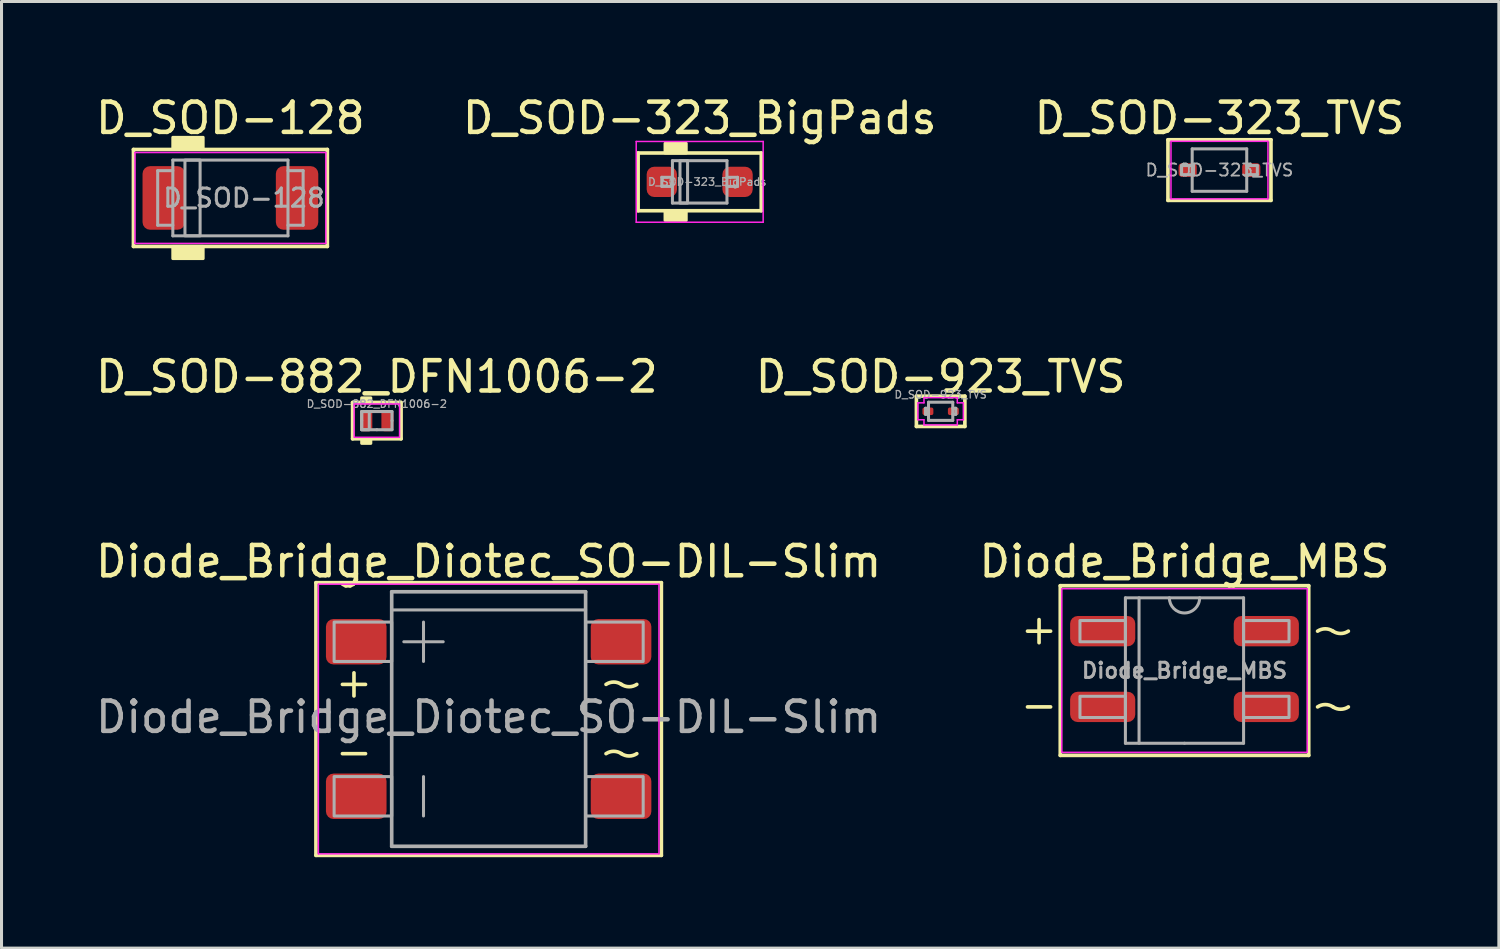
<source format=kicad_pcb>
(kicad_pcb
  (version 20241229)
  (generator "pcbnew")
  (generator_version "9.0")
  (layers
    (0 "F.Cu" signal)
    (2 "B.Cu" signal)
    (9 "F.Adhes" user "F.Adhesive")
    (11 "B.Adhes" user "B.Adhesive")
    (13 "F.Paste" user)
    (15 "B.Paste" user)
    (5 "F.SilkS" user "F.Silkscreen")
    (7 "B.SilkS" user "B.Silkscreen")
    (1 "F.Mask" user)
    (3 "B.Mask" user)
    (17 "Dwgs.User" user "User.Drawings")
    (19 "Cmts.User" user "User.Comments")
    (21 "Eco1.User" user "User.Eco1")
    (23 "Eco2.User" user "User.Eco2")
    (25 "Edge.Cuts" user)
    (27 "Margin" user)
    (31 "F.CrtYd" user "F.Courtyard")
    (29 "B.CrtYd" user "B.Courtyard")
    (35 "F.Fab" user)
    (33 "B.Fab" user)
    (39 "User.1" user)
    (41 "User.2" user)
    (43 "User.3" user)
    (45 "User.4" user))
  (footprint "D_SOD-128"
    (layer "F.Cu")
    (at 4.554 3.483)
    (property "Reference" "D_SOD-128" (at 0 -2.635 0) (layer "F.SilkS") (effects (font (size 1 1) (thickness 0.15))))
    (attr smd)
    (fp_line (start -3.2 -1.6) (end -3.2 1.6) (stroke (width 0.12) (type solid)) (layer "F.SilkS"))
    (fp_line (start -3.2 1.6) (end 3.2 1.6) (stroke (width 0.12) (type solid)) (layer "F.SilkS"))
    (fp_line (start 3.2 -1.6) (end -3.2 -1.6) (stroke (width 0.12) (type solid)) (layer "F.SilkS"))
    (fp_line (start 3.2 1.6) (end 3.2 -1.6) (stroke (width 0.12) (type solid)) (layer "F.SilkS"))
    (fp_poly (pts (xy -0.9 -1.6) (xy -1.9 -1.6) (xy -1.9 -2) (xy -0.9 -2)) (stroke (width 0.1) (type solid)) (fill yes) (layer "F.SilkS"))
    (fp_poly (pts (xy -0.9 2) (xy -1.9 2) (xy -1.9 1.6) (xy -0.9 1.6)) (stroke (width 0.1) (type solid)) (fill yes) (layer "F.SilkS"))
    (fp_line (start -3.15 -1.5) (end -3.15 1.5) (stroke (width 0.05) (type solid)) (layer "F.CrtYd"))
    (fp_line (start -3.15 -1.5) (end 3.15 -1.5) (stroke (width 0.05) (type solid)) (layer "F.CrtYd"))
    (fp_line (start 3.15 -1.5) (end 3.15 1.5) (stroke (width 0.05) (type solid)) (layer "F.CrtYd"))
    (fp_line (start 3.15 1.5) (end -3.15 1.5) (stroke (width 0.05) (type solid)) (layer "F.CrtYd"))
    (fp_line (start -2.4 -0.9) (end -2.4 0.9) (stroke (width 0.1) (type solid)) (layer "F.Fab"))
    (fp_line (start -2.4 -0.9) (end -1.9 -0.9) (stroke (width 0.1) (type solid)) (layer "F.Fab"))
    (fp_line (start -2.4 0.9) (end -1.9 0.9) (stroke (width 0.1) (type solid)) (layer "F.Fab"))
    (fp_line (start -1.9 -1.25) (end 1.9 -1.25) (stroke (width 0.1) (type solid)) (layer "F.Fab"))
    (fp_line (start -1.9 1.25) (end -1.9 -1.25) (stroke (width 0.1) (type solid)) (layer "F.Fab"))
    (fp_line (start 1.9 -1.25) (end 1.9 1.25) (stroke (width 0.1) (type solid)) (layer "F.Fab"))
    (fp_line (start 1.9 1.25) (end -1.9 1.25) (stroke (width 0.1) (type solid)) (layer "F.Fab"))
    (fp_line (start 2.4 -0.9) (end 1.9 -0.9) (stroke (width 0.1) (type solid)) (layer "F.Fab"))
    (fp_line (start 2.4 0.9) (end 1.9 0.9) (stroke (width 0.1) (type solid)) (layer "F.Fab"))
    (fp_line (start 2.4 0.9) (end 2.4 -0.9) (stroke (width 0.1) (type solid)) (layer "F.Fab"))
    (fp_rect (start -1.5 -1.25) (end -1 1.25) (stroke (width 0.1) (type solid)) (fill no) (layer "F.Fab"))
    (fp_text user "${REFERENCE}" (at 0.45 0 0) (layer "F.Fab") (effects (font (size 0.6 0.6) (thickness 0.1))))
    (pad "1" smd roundrect (at -2.2 0) (size 1.4 2.1) (layers "F.Cu" "F.Mask" "F.Paste") (roundrect_rratio 0.179))
    (pad "2" smd roundrect (at 2.2 0) (size 1.4 2.1) (layers "F.Cu" "F.Mask" "F.Paste") (roundrect_rratio 0.179)))
  (footprint "Diode_Bridge_Diotec_SO-DIL-Slim"
    (layer "F.Cu")
    (at 13.077 20.68)
    (property "Reference" "Diode_Bridge_Diotec_SO-DIL-Slim" (at 0 -5.2 0) (layer "F.SilkS") (effects (font (size 1 1) (thickness 0.15))))
    (attr smd)
    (fp_line (start -5.7 -4.5) (end -5.7 4.5) (stroke (width 0.12) (type solid)) (layer "F.SilkS"))
    (fp_line (start -5.7 4.5) (end 5.7 4.5) (stroke (width 0.12) (type solid)) (layer "F.SilkS"))
    (fp_line (start -4.826 -1.143) (end -4.064 -1.143) (stroke (width 0.12) (type solid)) (layer "F.SilkS"))
    (fp_line (start -4.826 1.143) (end -4.064 1.143) (stroke (width 0.12) (type solid)) (layer "F.SilkS"))
    (fp_line (start -4.445 -1.524) (end -4.445 -0.762) (stroke (width 0.12) (type solid)) (layer "F.SilkS"))
    (fp_line (start 5.7 -4.5) (end -5.7 -4.5) (stroke (width 0.12) (type solid)) (layer "F.SilkS"))
    (fp_line (start 5.7 4.5) (end 5.7 -4.5) (stroke (width 0.12) (type solid)) (layer "F.SilkS"))
    (fp_arc (start 3.873501 -1.142999) (mid 4.1275 -1.219904) (end 4.381499 -1.142999) (stroke (width 0.12) (type solid)) (layer "F.SilkS"))
    (fp_arc (start 3.873501 1.143001) (mid 4.1275 1.066096) (end 4.381499 1.143001) (stroke (width 0.12) (type solid)) (layer "F.SilkS"))
    (fp_arc (start 4.8895 -1.143) (mid 4.635501 -1.066095) (end 4.381502 -1.143) (stroke (width 0.12) (type solid)) (layer "F.SilkS"))
    (fp_arc (start 4.8895 1.143) (mid 4.635501 1.219905) (end 4.381502 1.143) (stroke (width 0.12) (type solid)) (layer "F.SilkS"))
    (fp_line (start -5.62 -4.45) (end -5.62 4.45) (stroke (width 0.05) (type solid)) (layer "F.CrtYd"))
    (fp_line (start -5.62 -4.45) (end 5.62 -4.45) (stroke (width 0.05) (type solid)) (layer "F.CrtYd"))
    (fp_line (start 5.62 4.45) (end -5.62 4.45) (stroke (width 0.05) (type solid)) (layer "F.CrtYd"))
    (fp_line (start 5.62 4.45) (end 5.62 -4.45) (stroke (width 0.05) (type solid)) (layer "F.CrtYd"))
    (fp_line (start -3.2 -4.2) (end 3.2 -4.2) (stroke (width 0.12) (type solid)) (layer "F.Fab"))
    (fp_line (start -3.2 -3.6) (end 3.2 -3.6) (stroke (width 0.1) (type solid)) (layer "F.Fab"))
    (fp_line (start -3.2 4.2) (end -3.2 -4.2) (stroke (width 0.12) (type solid)) (layer "F.Fab"))
    (fp_line (start -2.8 -2.55) (end -1.5 -2.55) (stroke (width 0.1) (type solid)) (layer "F.Fab"))
    (fp_line (start -2.15 -3.2) (end -2.15 -1.9) (stroke (width 0.1) (type solid)) (layer "F.Fab"))
    (fp_line (start -2.15 1.9) (end -2.15 3.2) (stroke (width 0.1) (type solid)) (layer "F.Fab"))
    (fp_line (start 3.2 -4.2) (end 3.2 4.2) (stroke (width 0.12) (type solid)) (layer "F.Fab"))
    (fp_line (start 3.2 4.2) (end -3.2 4.2) (stroke (width 0.12) (type solid)) (layer "F.Fab"))
    (fp_rect (start -5.1 -3.2) (end -3.2 -1.9) (stroke (width 0.1) (type solid)) (fill no) (layer "F.Fab"))
    (fp_rect (start -5.1 1.9) (end -3.2 3.2) (stroke (width 0.1) (type solid)) (fill no) (layer "F.Fab"))
    (fp_rect (start 3.2 -3.2) (end 5.1 -1.9) (stroke (width 0.1) (type solid)) (fill no) (layer "F.Fab"))
    (fp_rect (start 3.2 1.9) (end 5.1 3.2) (stroke (width 0.1) (type solid)) (fill no) (layer "F.Fab"))
    (fp_text user "${REFERENCE}" (at 0 -0.065 0) (layer "F.Fab") (effects (font (size 1 1) (thickness 0.15))))
    (pad "1" smd roundrect (at -4.37 -2.55) (size 2 1.5) (layers "F.Cu" "F.Mask" "F.Paste") (roundrect_rratio 0.167))
    (pad "2" smd roundrect (at -4.37 2.55) (size 2 1.5) (layers "F.Cu" "F.Mask" "F.Paste") (roundrect_rratio 0.167))
    (pad "3" smd roundrect (at 4.37 2.55) (size 2 1.5) (layers "F.Cu" "F.Mask" "F.Paste") (roundrect_rratio 0.167))
    (pad "4" smd roundrect (at 4.37 -2.55) (size 2 1.5) (layers "F.Cu" "F.Mask" "F.Paste") (roundrect_rratio 0.167)))
  (footprint "Diode_Bridge_MBS"
    (layer "F.Cu")
    (at 36.042 19.08)
    (property "Reference" "Diode_Bridge_MBS" (at 0 -3.6 0) (unlocked yes) (layer "F.SilkS") (effects (font (size 1 1) (thickness 0.15))))
    (fp_line (start -5.181 -1.3) (end -4.419 -1.3) (stroke (width 0.12) (type solid)) (layer "F.SilkS"))
    (fp_line (start -5.181 1.2) (end -4.419 1.2) (stroke (width 0.12) (type solid)) (layer "F.SilkS"))
    (fp_line (start -4.8 -1.681) (end -4.8 -0.919) (stroke (width 0.12) (type solid)) (layer "F.SilkS"))
    (fp_line (start -4.1 -2.8) (end -4.1 2.8) (stroke (width 0.12) (type solid)) (layer "F.SilkS"))
    (fp_line (start -4.1 2.8) (end 4.1 2.8) (stroke (width 0.12) (type solid)) (layer "F.SilkS"))
    (fp_line (start 4.1 -2.8) (end -4.1 -2.8) (stroke (width 0.12) (type solid)) (layer "F.SilkS"))
    (fp_line (start 4.1 2.8) (end 4.1 -2.8) (stroke (width 0.12) (type solid)) (layer "F.SilkS"))
    (fp_arc (start 4.391999 1.200001) (mid 4.645998 1.123096) (end 4.899997 1.200001) (stroke (width 0.12) (type solid)) (layer "F.SilkS"))
    (fp_arc (start 4.392002 -1.3) (mid 4.646001 -1.376905) (end 4.9 -1.3) (stroke (width 0.12) (type solid)) (layer "F.SilkS"))
    (fp_arc (start 5.407998 1.2) (mid 5.153999 1.276905) (end 4.9 1.2) (stroke (width 0.12) (type solid)) (layer "F.SilkS"))
    (fp_arc (start 5.408001 -1.300001) (mid 5.154002 -1.223096) (end 4.900003 -1.300001) (stroke (width 0.12) (type solid)) (layer "F.SilkS"))
    (fp_rect (start -4.05 -2.7) (end 4.05 2.7) (stroke (width 0.05) (type solid)) (fill no) (layer "F.CrtYd"))
    (fp_line (start -1.95 -2.4) (end 1.95 -2.4) (stroke (width 0.1) (type solid)) (layer "F.Fab"))
    (fp_line (start -1.95 2.4) (end -1.95 -2.4) (stroke (width 0.1) (type solid)) (layer "F.Fab"))
    (fp_line (start -1.5 -2.4) (end -1.5 2.4) (stroke (width 0.1) (type solid)) (layer "F.Fab"))
    (fp_line (start 0 2.4) (end -1.95 2.4) (stroke (width 0.1) (type solid)) (layer "F.Fab"))
    (fp_line (start 1.95 -2.4) (end 1.95 2.4) (stroke (width 0.1) (type solid)) (layer "F.Fab"))
    (fp_line (start 1.95 2.4) (end 0 2.4) (stroke (width 0.1) (type solid)) (layer "F.Fab"))
    (fp_rect (start -3.45 -1.65) (end -1.95 -0.95) (stroke (width 0.1) (type solid)) (fill no) (layer "F.Fab"))
    (fp_rect (start -3.45 0.85) (end -1.95 1.55) (stroke (width 0.1) (type solid)) (fill no) (layer "F.Fab"))
    (fp_rect (start 1.95 -1.65) (end 3.45 -0.95) (stroke (width 0.1) (type solid)) (fill no) (layer "F.Fab"))
    (fp_rect (start 1.95 0.85) (end 3.45 1.55) (stroke (width 0.1) (type solid)) (fill no) (layer "F.Fab"))
    (fp_arc (start 0.5 -2.4) (mid 0 -1.9) (end -0.5 -2.4) (stroke (width 0.1) (type solid)) (layer "F.Fab"))
    (fp_text user "${REFERENCE}" (at 0 0 0) (layer "F.Fab") (effects (font (size 0.5 0.5) (thickness 0.1))))
    (pad "1" smd roundrect (at -2.7 -1.3) (size 2.15 1) (layers "F.Cu" "F.Mask" "F.Paste") (roundrect_rratio 0.25))
    (pad "2" smd roundrect (at -2.7 1.2) (size 2.15 1) (layers "F.Cu" "F.Mask" "F.Paste") (roundrect_rratio 0.25))
    (pad "3" smd roundrect (at 2.7 1.2) (size 2.15 1) (layers "F.Cu" "F.Mask" "F.Paste") (roundrect_rratio 0.25))
    (pad "4" smd roundrect (at 2.7 -1.3) (size 2.15 1) (layers "F.Cu" "F.Mask" "F.Paste") (roundrect_rratio 0.25)))
  (footprint "D_SOD-882_DFN1006-2"
    (layer "F.Cu")
    (at 9.387 10.832)
    (property "Reference" "D_SOD-882_DFN1006-2" (at 0 -1.45 0) (unlocked yes) (layer "F.SilkS") (effects (font (size 1 1) (thickness 0.15))))
    (fp_line (start -0.8 -0.6) (end -0.8 -0.575) (stroke (width 0.12) (type solid)) (layer "F.SilkS"))
    (fp_line (start -0.8 -0.575) (end -0.8 0.6) (stroke (width 0.12) (type solid)) (layer "F.SilkS"))
    (fp_line (start -0.8 0.6) (end 0.8 0.6) (stroke (width 0.12) (type solid)) (layer "F.SilkS"))
    (fp_line (start -0.7 -0.6) (end -0.8 -0.6) (stroke (width 0.12) (type solid)) (layer "F.SilkS"))
    (fp_line (start 0.8 -0.6) (end -0.7 -0.6) (stroke (width 0.12) (type solid)) (layer "F.SilkS"))
    (fp_line (start 0.8 0.6) (end 0.8 -0.6) (stroke (width 0.12) (type solid)) (layer "F.SilkS"))
    (fp_rect (start -0.5 -0.6) (end -0.2 -0.75) (stroke (width 0.1) (type solid)) (fill yes) (layer "F.SilkS"))
    (fp_rect (start -0.5 0.75) (end -0.2 0.6) (stroke (width 0.1) (type solid)) (fill yes) (layer "F.SilkS"))
    (fp_rect (start -0.75 -0.55) (end 0.75 0.55) (stroke (width 0.05) (type solid)) (fill no) (layer "F.CrtYd"))
    (fp_line (start -0.5 -0.3) (end -0.5 0) (stroke (width 0.1) (type solid)) (layer "F.Fab"))
    (fp_line (start -0.5 0) (end -0.5 0.3) (stroke (width 0.1) (type solid)) (layer "F.Fab"))
    (fp_line (start 0 -0.3) (end -0.5 -0.3) (stroke (width 0.1) (type solid)) (layer "F.Fab"))
    (fp_line (start 0 -0.3) (end 0.5 -0.3) (stroke (width 0.1) (type solid)) (layer "F.Fab"))
    (fp_line (start 0 0.3) (end -0.5 0.3) (stroke (width 0.1) (type solid)) (layer "F.Fab"))
    (fp_line (start 0.5 -0.3) (end 0.5 0) (stroke (width 0.1) (type solid)) (layer "F.Fab"))
    (fp_line (start 0.5 0) (end 0.5 0.3) (stroke (width 0.1) (type solid)) (layer "F.Fab"))
    (fp_line (start 0.5 0.3) (end 0 0.3) (stroke (width 0.1) (type solid)) (layer "F.Fab"))
    (fp_poly (pts (xy -0.25 0.3) (xy -0.5 0.3) (xy -0.5 -0.3) (xy -0.25 -0.3)) (stroke (width 0.1) (type solid)) (fill no) (layer "F.Fab"))
    (fp_text user "${REFERENCE}" (at 0 -0.55 0) (layer "F.Fab") (effects (font (size 0.25 0.25) (thickness 0.04))))
    (pad "1" smd roundrect (at -0.35 0) (size 0.4 0.7) (layers "F.Cu" "F.Mask" "F.Paste") (roundrect_rratio 0.25))
    (pad "2" smd roundrect (at 0.35 0) (size 0.4 0.7) (layers "F.Cu" "F.Mask" "F.Paste") (roundrect_rratio 0.25)))
  (footprint "D_SOD-923_TVS"
    (layer "F.Cu")
    (at 27.994 10.524)
    (property "Reference" "D_SOD-923_TVS" (at 0 -1.143 0) (layer "F.SilkS") (effects (font (size 1 1) (thickness 0.15))))
    (attr smd)
    (fp_line (start -0.8 -0.5) (end -0.8 0.5) (stroke (width 0.12) (type solid)) (layer "F.SilkS"))
    (fp_line (start -0.8 0.5) (end 0.8 0.5) (stroke (width 0.12) (type solid)) (layer "F.SilkS"))
    (fp_line (start 0.8 -0.5) (end -0.8 -0.5) (stroke (width 0.12) (type solid)) (layer "F.SilkS"))
    (fp_line (start 0.8 0.5) (end 0.8 -0.5) (stroke (width 0.12) (type solid)) (layer "F.SilkS"))
    (fp_line (start -0.75 -0.28) (end -0.75 0.28) (stroke (width 0.05) (type solid)) (layer "F.CrtYd"))
    (fp_line (start -0.75 0.28) (end -0.55 0.28) (stroke (width 0.05) (type solid)) (layer "F.CrtYd"))
    (fp_line (start -0.55 -0.45) (end 0.55 -0.45) (stroke (width 0.05) (type solid)) (layer "F.CrtYd"))
    (fp_line (start -0.55 -0.28) (end -0.75 -0.28) (stroke (width 0.05) (type solid)) (layer "F.CrtYd"))
    (fp_line (start -0.55 -0.28) (end -0.55 -0.45) (stroke (width 0.05) (type solid)) (layer "F.CrtYd"))
    (fp_line (start -0.55 0.45) (end -0.55 0.28) (stroke (width 0.05) (type solid)) (layer "F.CrtYd"))
    (fp_line (start 0.55 -0.45) (end 0.55 -0.28) (stroke (width 0.05) (type solid)) (layer "F.CrtYd"))
    (fp_line (start 0.55 -0.28) (end 0.75 -0.28) (stroke (width 0.05) (type solid)) (layer "F.CrtYd"))
    (fp_line (start 0.55 0.28) (end 0.55 0.45) (stroke (width 0.05) (type solid)) (layer "F.CrtYd"))
    (fp_line (start 0.55 0.45) (end -0.55 0.45) (stroke (width 0.05) (type solid)) (layer "F.CrtYd"))
    (fp_line (start 0.75 -0.28) (end 0.75 0.28) (stroke (width 0.05) (type solid)) (layer "F.CrtYd"))
    (fp_line (start 0.75 0.28) (end 0.55 0.28) (stroke (width 0.05) (type solid)) (layer "F.CrtYd"))
    (fp_line (start -0.5 -0.1) (end -0.5 0.1) (stroke (width 0.1) (type solid)) (layer "F.Fab"))
    (fp_line (start -0.5 -0.1) (end -0.4 -0.1) (stroke (width 0.1) (type solid)) (layer "F.Fab"))
    (fp_line (start -0.5 0.1) (end -0.4 0.1) (stroke (width 0.1) (type solid)) (layer "F.Fab"))
    (fp_line (start -0.4 -0.3) (end 0.4 -0.3) (stroke (width 0.1) (type solid)) (layer "F.Fab"))
    (fp_line (start -0.4 0.3) (end -0.4 -0.3) (stroke (width 0.1) (type solid)) (layer "F.Fab"))
    (fp_line (start 0.4 -0.3) (end 0.4 0.3) (stroke (width 0.1) (type solid)) (layer "F.Fab"))
    (fp_line (start 0.4 0.3) (end -0.4 0.3) (stroke (width 0.1) (type solid)) (layer "F.Fab"))
    (fp_line (start 0.5 -0.1) (end 0.4 -0.1) (stroke (width 0.1) (type solid)) (layer "F.Fab"))
    (fp_line (start 0.5 0.1) (end 0.4 0.1) (stroke (width 0.1) (type solid)) (layer "F.Fab"))
    (fp_line (start 0.5 0.1) (end 0.5 -0.1) (stroke (width 0.1) (type solid)) (layer "F.Fab"))
    (fp_text user "${REFERENCE}" (at 0 -0.55 0) (layer "F.Fab") (effects (font (size 0.25 0.25) (thickness 0.04))))
    (pad "1" smd roundrect (at -0.42 0 180) (size 0.36 0.25) (layers "F.Cu" "F.Mask" "F.Paste") (roundrect_rratio 0.25))
    (pad "2" smd roundrect (at 0.42 0 180) (size 0.36 0.25) (layers "F.Cu" "F.Mask" "F.Paste") (roundrect_rratio 0.25)))
  (footprint "D_SOD-323_TVS"
    (layer "F.Cu")
    (at 37.196 2.563)
    (property "Reference" "D_SOD-323_TVS" (at 0 -1.714 0) (layer "F.SilkS") (effects (font (size 1 1) (thickness 0.15))))
    (attr smd)
    (fp_line (start -1.7 -1) (end -1.7 1) (stroke (width 0.12) (type solid)) (layer "F.SilkS"))
    (fp_line (start -1.7 1) (end 1.7 1) (stroke (width 0.12) (type solid)) (layer "F.SilkS"))
    (fp_line (start 1.7 -1) (end -1.7 -1) (stroke (width 0.12) (type solid)) (layer "F.SilkS"))
    (fp_line (start 1.7 1) (end 1.7 -1) (stroke (width 0.12) (type solid)) (layer "F.SilkS"))
    (fp_line (start -1.6 -0.95) (end -1.6 0.95) (stroke (width 0.05) (type solid)) (layer "F.CrtYd"))
    (fp_line (start -1.6 -0.95) (end 1.6 -0.95) (stroke (width 0.05) (type solid)) (layer "F.CrtYd"))
    (fp_line (start -1.6 0.95) (end 1.6 0.95) (stroke (width 0.05) (type solid)) (layer "F.CrtYd"))
    (fp_line (start 1.6 -0.95) (end 1.6 0.95) (stroke (width 0.05) (type solid)) (layer "F.CrtYd"))
    (fp_line (start -1.25 -0.15) (end -1.25 0.15) (stroke (width 0.1) (type solid)) (layer "F.Fab"))
    (fp_line (start -1.25 -0.15) (end -0.9 -0.15) (stroke (width 0.1) (type solid)) (layer "F.Fab"))
    (fp_line (start -1.25 0.15) (end -0.9 0.15) (stroke (width 0.1) (type solid)) (layer "F.Fab"))
    (fp_line (start -0.9 -0.7) (end 0.9 -0.7) (stroke (width 0.1) (type solid)) (layer "F.Fab"))
    (fp_line (start -0.9 0.7) (end -0.9 -0.7) (stroke (width 0.1) (type solid)) (layer "F.Fab"))
    (fp_line (start 0.9 -0.7) (end 0.9 0.7) (stroke (width 0.1) (type solid)) (layer "F.Fab"))
    (fp_line (start 0.9 0.7) (end -0.9 0.7) (stroke (width 0.1) (type solid)) (layer "F.Fab"))
    (fp_line (start 1.25 -0.15) (end 0.9 -0.15) (stroke (width 0.1) (type solid)) (layer "F.Fab"))
    (fp_line (start 1.25 0.15) (end 0.9 0.15) (stroke (width 0.1) (type solid)) (layer "F.Fab"))
    (fp_line (start 1.25 0.15) (end 1.25 -0.15) (stroke (width 0.1) (type solid)) (layer "F.Fab"))
    (fp_text user "${REFERENCE}" (at 0 0 0) (layer "F.Fab") (effects (font (size 0.4 0.4) (thickness 0.06))))
    (pad "1" smd roundrect (at -1.05 0) (size 0.6 0.45) (layers "F.Cu" "F.Mask" "F.Paste") (roundrect_rratio 0.25))
    (pad "2" smd roundrect (at 1.05 0) (size 0.6 0.45) (layers "F.Cu" "F.Mask" "F.Paste") (roundrect_rratio 0.25)))
  (footprint "D_SOD-323_BigPads"
    (layer "F.Cu")
    (at 20.042 2.952)
    (property "Reference" "D_SOD-323_BigPads" (at 0 -2.104 0) (layer "F.SilkS") (effects (font (size 1 1) (thickness 0.15))))
    (attr smd)
    (fp_line (start -2.032 -0.953) (end -2.032 0.953) (stroke (width 0.12) (type solid)) (layer "F.SilkS"))
    (fp_line (start -2.032 0.953) (end 2.032 0.953) (stroke (width 0.12) (type solid)) (layer "F.SilkS"))
    (fp_line (start 2.032 -0.953) (end -2.032 -0.953) (stroke (width 0.12) (type solid)) (layer "F.SilkS"))
    (fp_line (start 2.032 0.953) (end 2.032 -0.953) (stroke (width 0.12) (type solid)) (layer "F.SilkS"))
    (fp_poly (pts (xy -0.445 -0.953) (xy -1.143 -0.953) (xy -1.143 -1.27) (xy -0.445 -1.27)) (stroke (width 0.1) (type solid)) (fill yes) (layer "F.SilkS"))
    (fp_poly (pts (xy -0.445 1.27) (xy -1.143 1.27) (xy -1.143 0.953) (xy -0.445 0.953)) (stroke (width 0.1) (type solid)) (fill yes) (layer "F.SilkS"))
    (fp_line (start -2.095 -1.333) (end -2.095 1.333) (stroke (width 0.05) (type solid)) (layer "F.CrtYd"))
    (fp_line (start -2.095 -1.333) (end 2.095 -1.333) (stroke (width 0.05) (type solid)) (layer "F.CrtYd"))
    (fp_line (start -2.095 1.333) (end 2.095 1.333) (stroke (width 0.05) (type solid)) (layer "F.CrtYd"))
    (fp_line (start 2.095 -1.333) (end 2.095 1.333) (stroke (width 0.05) (type solid)) (layer "F.CrtYd"))
    (fp_line (start -1.25 -0.15) (end -1.25 0.15) (stroke (width 0.1) (type solid)) (layer "F.Fab"))
    (fp_line (start -1.25 -0.15) (end -0.9 -0.15) (stroke (width 0.1) (type solid)) (layer "F.Fab"))
    (fp_line (start -1.25 0.15) (end -0.9 0.15) (stroke (width 0.1) (type solid)) (layer "F.Fab"))
    (fp_line (start -0.9 -0.7) (end 0.9 -0.7) (stroke (width 0.1) (type solid)) (layer "F.Fab"))
    (fp_line (start -0.9 0.7) (end -0.9 -0.7) (stroke (width 0.1) (type solid)) (layer "F.Fab"))
    (fp_line (start 0.9 -0.7) (end 0.9 0.7) (stroke (width 0.1) (type solid)) (layer "F.Fab"))
    (fp_line (start 0.9 0.7) (end -0.9 0.7) (stroke (width 0.1) (type solid)) (layer "F.Fab"))
    (fp_line (start 1.25 -0.15) (end 0.9 -0.15) (stroke (width 0.1) (type solid)) (layer "F.Fab"))
    (fp_line (start 1.25 0.15) (end 0.9 0.15) (stroke (width 0.1) (type solid)) (layer "F.Fab"))
    (fp_line (start 1.25 0.15) (end 1.25 -0.15) (stroke (width 0.1) (type solid)) (layer "F.Fab"))
    (fp_rect (start -0.65 -0.7) (end -0.4 0.7) (stroke (width 0.1) (type solid)) (fill no) (layer "F.Fab"))
    (fp_text user "${REFERENCE}" (at 0.25 0 0) (layer "F.Fab") (effects (font (size 0.25 0.25) (thickness 0.04))))
    (pad "1" smd roundrect (at -1.25 0) (size 1 1) (layers "F.Cu" "F.Mask" "F.Paste") (roundrect_rratio 0.25))
    (pad "2" smd roundrect (at 1.25 0) (size 1 1) (layers "F.Cu" "F.Mask" "F.Paste") (roundrect_rratio 0.25)))
  (gr_rect
    (start -3 -3)
    (end 46.417 28.24)
    (stroke (width 0.1) (type default))
    (fill no)
    (layer "Edge.Cuts")))
</source>
